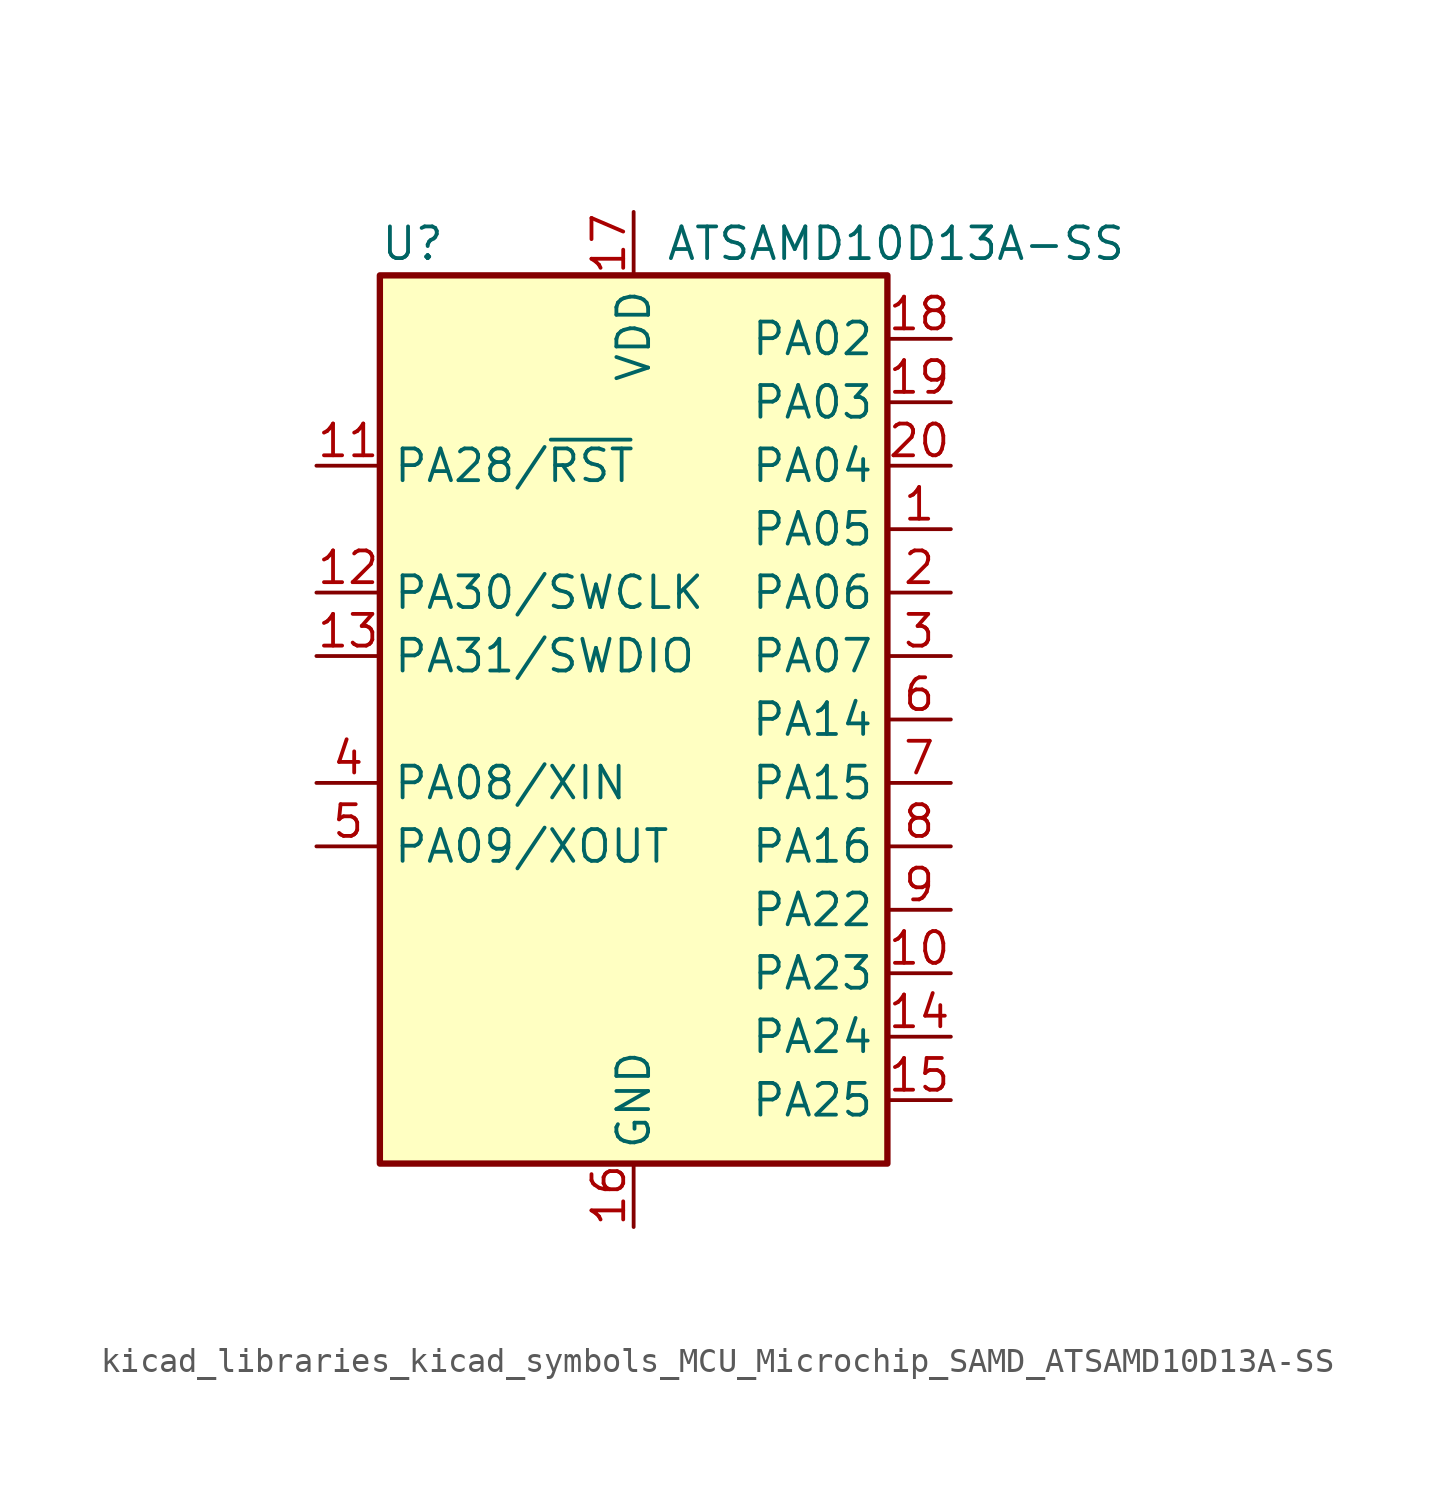
<source format=kicad_sym>
(kicad_symbol_lib
  (version 20220914)
  (generator kicad_symbol_editor)
  (symbol "kicad_libraries_kicad_symbols_MCU_Microchip_SAMD_ATSAMD10D13A-SS"
    (property "Reference" "U"
      (at -10.16 19.05 0)
      (effects (font (size 1.27 1.27)) (justify left)))
    (property "Value" "ATSAMD10D13A-SS"
      (at 1.27 19.05 0)
      (effects (font (size 1.27 1.27)) (justify left)))
    (symbol "kicad_libraries_kicad_symbols_MCU_Microchip_SAMD_ATSAMD10D13A-SS_0_1"
      (rectangle (start -10.16 17.78) (end 10.16 -17.78) (stroke (width 0.254) (type default)) (fill (type background))))
    (symbol "kicad_libraries_kicad_symbols_MCU_Microchip_SAMD_ATSAMD10D13A-SS_1_1"
      (pin bidirectional line (at 12.7 7.62 180) (length 2.54) (name "PA05" (effects (font (size 1.27 1.27)))) (number "1" (effects (font (size 1.27 1.27)))))
      (pin bidirectional line (at 12.7 -10.16 180) (length 2.54) (name "PA23" (effects (font (size 1.27 1.27)))) (number "10" (effects (font (size 1.27 1.27)))))
      (pin bidirectional line (at -12.7 10.16 0) (length 2.54) (name "PA28/~{RST}" (effects (font (size 1.27 1.27)))) (number "11" (effects (font (size 1.27 1.27)))))
      (pin bidirectional line (at -12.7 5.08 0) (length 2.54) (name "PA30/SWCLK" (effects (font (size 1.27 1.27)))) (number "12" (effects (font (size 1.27 1.27)))))
      (pin bidirectional line (at -12.7 2.54 0) (length 2.54) (name "PA31/SWDIO" (effects (font (size 1.27 1.27)))) (number "13" (effects (font (size 1.27 1.27)))))
      (pin bidirectional line (at 12.7 -12.7 180) (length 2.54) (name "PA24" (effects (font (size 1.27 1.27)))) (number "14" (effects (font (size 1.27 1.27)))))
      (pin bidirectional line (at 12.7 -15.24 180) (length 2.54) (name "PA25" (effects (font (size 1.27 1.27)))) (number "15" (effects (font (size 1.27 1.27)))))
      (pin power_in line (at 0 -20.32 90) (length 2.54) (name "GND" (effects (font (size 1.27 1.27)))) (number "16" (effects (font (size 1.27 1.27)))))
      (pin power_in line (at 0 20.32 270) (length 2.54) (name "VDD" (effects (font (size 1.27 1.27)))) (number "17" (effects (font (size 1.27 1.27)))))
      (pin bidirectional line (at 12.7 15.24 180) (length 2.54) (name "PA02" (effects (font (size 1.27 1.27)))) (number "18" (effects (font (size 1.27 1.27)))))
      (pin bidirectional line (at 12.7 12.7 180) (length 2.54) (name "PA03" (effects (font (size 1.27 1.27)))) (number "19" (effects (font (size 1.27 1.27)))))
      (pin bidirectional line (at 12.7 5.08 180) (length 2.54) (name "PA06" (effects (font (size 1.27 1.27)))) (number "2" (effects (font (size 1.27 1.27)))))
      (pin bidirectional line (at 12.7 10.16 180) (length 2.54) (name "PA04" (effects (font (size 1.27 1.27)))) (number "20" (effects (font (size 1.27 1.27)))))
      (pin bidirectional line (at 12.7 2.54 180) (length 2.54) (name "PA07" (effects (font (size 1.27 1.27)))) (number "3" (effects (font (size 1.27 1.27)))))
      (pin bidirectional line (at -12.7 -2.54 0) (length 2.54) (name "PA08/XIN" (effects (font (size 1.27 1.27)))) (number "4" (effects (font (size 1.27 1.27)))))
      (pin bidirectional line (at -12.7 -5.08 0) (length 2.54) (name "PA09/XOUT" (effects (font (size 1.27 1.27)))) (number "5" (effects (font (size 1.27 1.27)))))
      (pin bidirectional line (at 12.7 0 180) (length 2.54) (name "PA14" (effects (font (size 1.27 1.27)))) (number "6" (effects (font (size 1.27 1.27)))))
      (pin bidirectional line (at 12.7 -2.54 180) (length 2.54) (name "PA15" (effects (font (size 1.27 1.27)))) (number "7" (effects (font (size 1.27 1.27)))))
      (pin bidirectional line (at 12.7 -5.08 180) (length 2.54) (name "PA16" (effects (font (size 1.27 1.27)))) (number "8" (effects (font (size 1.27 1.27)))))
      (pin bidirectional line (at 12.7 -7.62 180) (length 2.54) (name "PA22" (effects (font (size 1.27 1.27)))) (number "9" (effects (font (size 1.27 1.27))))))))
</source>
